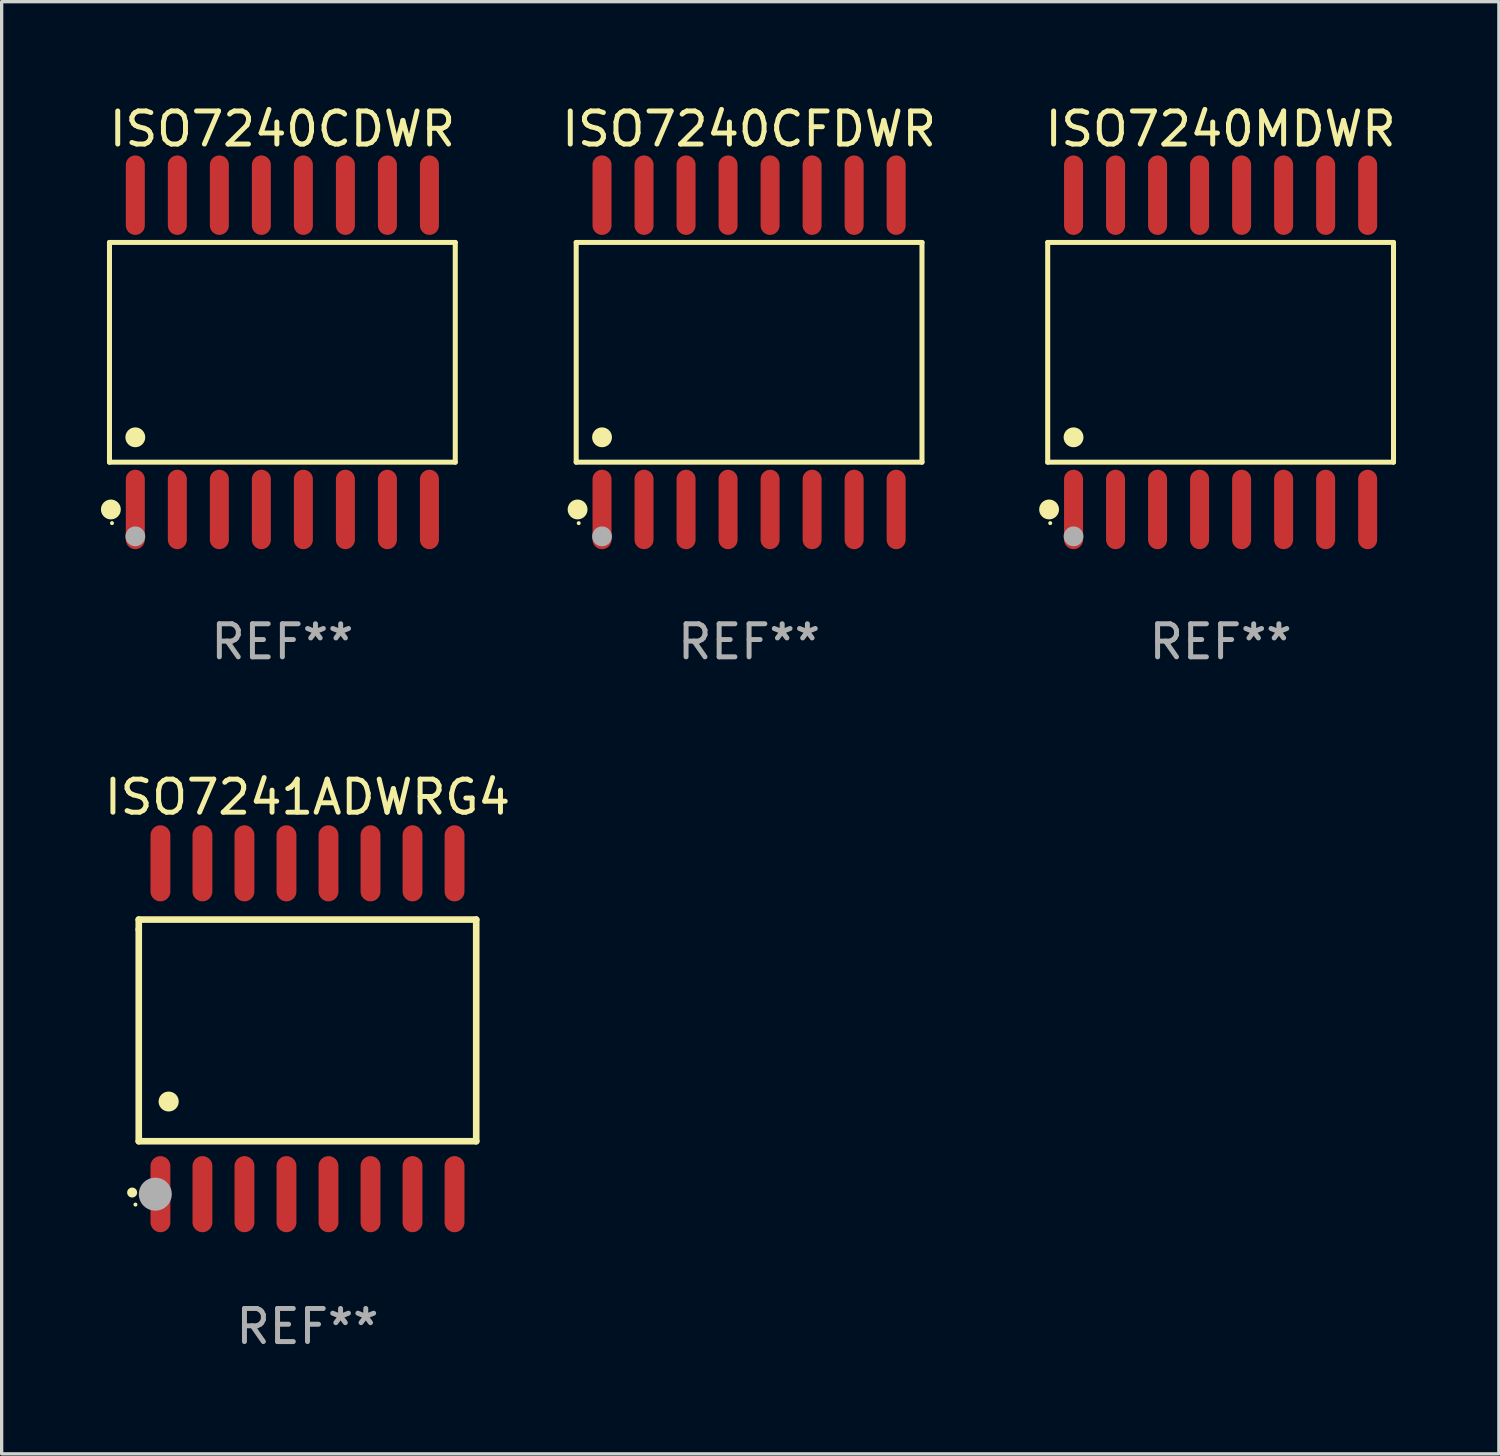
<source format=kicad_pcb>
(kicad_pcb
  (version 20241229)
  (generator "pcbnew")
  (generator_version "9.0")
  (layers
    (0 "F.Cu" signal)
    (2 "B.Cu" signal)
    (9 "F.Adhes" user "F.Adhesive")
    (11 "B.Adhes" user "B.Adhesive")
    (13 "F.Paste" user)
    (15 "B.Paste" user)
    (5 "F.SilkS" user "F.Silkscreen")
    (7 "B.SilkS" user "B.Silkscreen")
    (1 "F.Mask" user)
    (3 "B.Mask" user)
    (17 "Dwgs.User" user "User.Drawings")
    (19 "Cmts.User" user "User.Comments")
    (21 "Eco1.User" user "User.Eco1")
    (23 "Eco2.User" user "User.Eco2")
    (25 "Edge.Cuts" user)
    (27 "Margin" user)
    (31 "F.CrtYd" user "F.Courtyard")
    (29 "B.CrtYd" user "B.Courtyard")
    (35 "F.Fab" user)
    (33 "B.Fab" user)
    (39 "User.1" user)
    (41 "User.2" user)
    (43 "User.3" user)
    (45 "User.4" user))
  (footprint "ISO7241ADWRG4"
    (layer "F.Cu")
    (at 6.244 28.045)
    (property "Reference" "ISO7241ADWRG4" (at 0 -7 0) (layer "F.SilkS") (effects (font (size 1 1) (thickness 0.15))))
    (attr through_hole)
    (fp_line (start -5.1 -3.3) (end -5.1 -3) (stroke (width 0.2) (type solid)) (layer "F.SilkS"))
    (fp_line (start -5.1 -3) (end -5.1 3.4) (stroke (width 0.2) (type solid)) (layer "F.SilkS"))
    (fp_line (start -5.1 3.4) (end 5.1 3.4) (stroke (width 0.2) (type solid)) (layer "F.SilkS"))
    (fp_line (start 5.1 -3.3) (end -5.1 -3.3) (stroke (width 0.2) (type solid)) (layer "F.SilkS"))
    (fp_line (start 5.1 3.4) (end 5.1 -3.3) (stroke (width 0.2) (type solid)) (layer "F.SilkS"))
    (fp_arc (start -5.300991 4.950495) (mid -5.299721 4.95049) (end -5.298451 4.950495) (stroke (width 0.3) (type solid)) (layer "F.SilkS"))
    (fp_arc (start -4.2 2.200025) (mid -4.19619 2.200001) (end -4.19238 2.200025) (stroke (width 0.6) (type solid)) (layer "F.SilkS"))
    (fp_circle (center -5.2 5.315) (end -5.17 5.315) (stroke (width 0.06) (type solid)) (fill no) (layer "F.SilkS"))
    (fp_circle (center -4.6 5) (end -4.35 5) (stroke (width 0.5) (type solid)) (fill no) (layer "F.Fab"))
    (fp_text user "REF**" (at 0 9 0) (layer "F.Fab") (effects (font (size 1 1) (thickness 0.15))))
    (pad "1" smd oval (at -4.445 5 180) (size 0.6 2.3) (layers "F.Cu" "F.Mask" "F.Paste"))
    (pad "2" smd oval (at -3.175 5 180) (size 0.6 2.3) (layers "F.Cu" "F.Mask" "F.Paste"))
    (pad "3" smd oval (at -1.905 5 180) (size 0.6 2.3) (layers "F.Cu" "F.Mask" "F.Paste"))
    (pad "4" smd oval (at -0.635 5 180) (size 0.6 2.3) (layers "F.Cu" "F.Mask" "F.Paste"))
    (pad "5" smd oval (at 0.635 5 180) (size 0.6 2.3) (layers "F.Cu" "F.Mask" "F.Paste"))
    (pad "6" smd oval (at 1.905 5 180) (size 0.6 2.3) (layers "F.Cu" "F.Mask" "F.Paste"))
    (pad "7" smd oval (at 3.175 5 180) (size 0.6 2.3) (layers "F.Cu" "F.Mask" "F.Paste"))
    (pad "8" smd oval (at 4.445 5 180) (size 0.6 2.3) (layers "F.Cu" "F.Mask" "F.Paste"))
    (pad "9" smd oval (at 4.445 -5 180) (size 0.6 2.3) (layers "F.Cu" "F.Mask" "F.Paste"))
    (pad "10" smd oval (at 3.175 -5 180) (size 0.6 2.3) (layers "F.Cu" "F.Mask" "F.Paste"))
    (pad "11" smd oval (at 1.905 -5 180) (size 0.6 2.3) (layers "F.Cu" "F.Mask" "F.Paste"))
    (pad "12" smd oval (at 0.635 -5 180) (size 0.6 2.3) (layers "F.Cu" "F.Mask" "F.Paste"))
    (pad "13" smd oval (at -0.635 -5 180) (size 0.6 2.3) (layers "F.Cu" "F.Mask" "F.Paste"))
    (pad "14" smd oval (at -1.905 -5 180) (size 0.6 2.3) (layers "F.Cu" "F.Mask" "F.Paste"))
    (pad "15" smd oval (at -3.175 -5 180) (size 0.6 2.3) (layers "F.Cu" "F.Mask" "F.Paste"))
    (pad "16" smd oval (at -4.445 -5 180) (size 0.6 2.3) (layers "F.Cu" "F.Mask" "F.Paste")))
  (footprint "ISO7240CFDWR"
    (layer "F.Cu")
    (at 19.592 7.599)
    (property "Reference" "ISO7240CFDWR" (at 0 -6.75 0) (layer "F.SilkS") (effects (font (size 1 1) (thickness 0.15))))
    (attr through_hole)
    (fp_line (start -5.226 -3.321) (end 5.226 -3.321) (stroke (width 0.152) (type solid)) (layer "F.SilkS"))
    (fp_line (start -5.226 3.321) (end -5.226 -3.321) (stroke (width 0.152) (type solid)) (layer "F.SilkS"))
    (fp_line (start 5.226 -3.321) (end 5.226 3.321) (stroke (width 0.152) (type solid)) (layer "F.SilkS"))
    (fp_line (start 5.226 3.321) (end -5.226 3.321) (stroke (width 0.152) (type solid)) (layer "F.SilkS"))
    (fp_circle (center -5.184 4.75) (end -5.034 4.75) (stroke (width 0.3) (type solid)) (fill no) (layer "F.SilkS"))
    (fp_circle (center -5.15 5.163) (end -5.12 5.163) (stroke (width 0.06) (type solid)) (fill no) (layer "F.SilkS"))
    (fp_circle (center -4.445 2.569) (end -4.295 2.569) (stroke (width 0.3) (type solid)) (fill no) (layer "F.SilkS"))
    (fp_circle (center -4.445 5.563) (end -4.295 5.563) (stroke (width 0.3) (type solid)) (fill no) (layer "F.Fab"))
    (fp_text user "REF**" (at 0 8.75 0) (layer "F.Fab") (effects (font (size 1 1) (thickness 0.15))))
    (pad "1" smd oval (at -4.445 4.75) (size 0.574 2.401) (layers "F.Cu" "F.Mask" "F.Paste"))
    (pad "2" smd oval (at -3.175 4.75) (size 0.574 2.401) (layers "F.Cu" "F.Mask" "F.Paste"))
    (pad "3" smd oval (at -1.905 4.75) (size 0.574 2.401) (layers "F.Cu" "F.Mask" "F.Paste"))
    (pad "4" smd oval (at -0.635 4.75) (size 0.574 2.401) (layers "F.Cu" "F.Mask" "F.Paste"))
    (pad "5" smd oval (at 0.635 4.75) (size 0.574 2.401) (layers "F.Cu" "F.Mask" "F.Paste"))
    (pad "6" smd oval (at 1.905 4.75) (size 0.574 2.401) (layers "F.Cu" "F.Mask" "F.Paste"))
    (pad "7" smd oval (at 3.175 4.75) (size 0.574 2.401) (layers "F.Cu" "F.Mask" "F.Paste"))
    (pad "8" smd oval (at 4.445 4.75) (size 0.574 2.401) (layers "F.Cu" "F.Mask" "F.Paste"))
    (pad "9" smd oval (at 4.445 -4.75) (size 0.574 2.401) (layers "F.Cu" "F.Mask" "F.Paste"))
    (pad "10" smd oval (at 3.175 -4.75) (size 0.574 2.401) (layers "F.Cu" "F.Mask" "F.Paste"))
    (pad "11" smd oval (at 1.905 -4.75) (size 0.574 2.401) (layers "F.Cu" "F.Mask" "F.Paste"))
    (pad "12" smd oval (at 0.635 -4.75) (size 0.574 2.401) (layers "F.Cu" "F.Mask" "F.Paste"))
    (pad "13" smd oval (at -0.635 -4.75) (size 0.574 2.401) (layers "F.Cu" "F.Mask" "F.Paste"))
    (pad "14" smd oval (at -1.905 -4.75) (size 0.574 2.401) (layers "F.Cu" "F.Mask" "F.Paste"))
    (pad "15" smd oval (at -3.175 -4.75) (size 0.574 2.401) (layers "F.Cu" "F.Mask" "F.Paste"))
    (pad "16" smd oval (at -4.445 -4.75) (size 0.574 2.401) (layers "F.Cu" "F.Mask" "F.Paste")))
  (footprint "ISO7240MDWR"
    (layer "F.Cu")
    (at 33.844 7.599)
    (property "Reference" "ISO7240MDWR" (at 0 -6.75 0) (layer "F.SilkS") (effects (font (size 1 1) (thickness 0.15))))
    (attr through_hole)
    (fp_line (start -5.226 -3.321) (end 5.226 -3.321) (stroke (width 0.152) (type solid)) (layer "F.SilkS"))
    (fp_line (start -5.226 3.321) (end -5.226 -3.321) (stroke (width 0.152) (type solid)) (layer "F.SilkS"))
    (fp_line (start 5.226 -3.321) (end 5.226 3.321) (stroke (width 0.152) (type solid)) (layer "F.SilkS"))
    (fp_line (start 5.226 3.321) (end -5.226 3.321) (stroke (width 0.152) (type solid)) (layer "F.SilkS"))
    (fp_circle (center -5.184 4.75) (end -5.034 4.75) (stroke (width 0.3) (type solid)) (fill no) (layer "F.SilkS"))
    (fp_circle (center -5.15 5.163) (end -5.12 5.163) (stroke (width 0.06) (type solid)) (fill no) (layer "F.SilkS"))
    (fp_circle (center -4.445 2.569) (end -4.295 2.569) (stroke (width 0.3) (type solid)) (fill no) (layer "F.SilkS"))
    (fp_circle (center -4.445 5.563) (end -4.295 5.563) (stroke (width 0.3) (type solid)) (fill no) (layer "F.Fab"))
    (fp_text user "REF**" (at 0 8.75 0) (layer "F.Fab") (effects (font (size 1 1) (thickness 0.15))))
    (pad "1" smd oval (at -4.445 4.75) (size 0.574 2.401) (layers "F.Cu" "F.Mask" "F.Paste"))
    (pad "2" smd oval (at -3.175 4.75) (size 0.574 2.401) (layers "F.Cu" "F.Mask" "F.Paste"))
    (pad "3" smd oval (at -1.905 4.75) (size 0.574 2.401) (layers "F.Cu" "F.Mask" "F.Paste"))
    (pad "4" smd oval (at -0.635 4.75) (size 0.574 2.401) (layers "F.Cu" "F.Mask" "F.Paste"))
    (pad "5" smd oval (at 0.635 4.75) (size 0.574 2.401) (layers "F.Cu" "F.Mask" "F.Paste"))
    (pad "6" smd oval (at 1.905 4.75) (size 0.574 2.401) (layers "F.Cu" "F.Mask" "F.Paste"))
    (pad "7" smd oval (at 3.175 4.75) (size 0.574 2.401) (layers "F.Cu" "F.Mask" "F.Paste"))
    (pad "8" smd oval (at 4.445 4.75) (size 0.574 2.401) (layers "F.Cu" "F.Mask" "F.Paste"))
    (pad "9" smd oval (at 4.445 -4.75) (size 0.574 2.401) (layers "F.Cu" "F.Mask" "F.Paste"))
    (pad "10" smd oval (at 3.175 -4.75) (size 0.574 2.401) (layers "F.Cu" "F.Mask" "F.Paste"))
    (pad "11" smd oval (at 1.905 -4.75) (size 0.574 2.401) (layers "F.Cu" "F.Mask" "F.Paste"))
    (pad "12" smd oval (at 0.635 -4.75) (size 0.574 2.401) (layers "F.Cu" "F.Mask" "F.Paste"))
    (pad "13" smd oval (at -0.635 -4.75) (size 0.574 2.401) (layers "F.Cu" "F.Mask" "F.Paste"))
    (pad "14" smd oval (at -1.905 -4.75) (size 0.574 2.401) (layers "F.Cu" "F.Mask" "F.Paste"))
    (pad "15" smd oval (at -3.175 -4.75) (size 0.574 2.401) (layers "F.Cu" "F.Mask" "F.Paste"))
    (pad "16" smd oval (at -4.445 -4.75) (size 0.574 2.401) (layers "F.Cu" "F.Mask" "F.Paste")))
  (footprint "ISO7240CDWR"
    (layer "F.Cu")
    (at 5.485 7.599)
    (property "Reference" "ISO7240CDWR" (at 0 -6.75 0) (layer "F.SilkS") (effects (font (size 1 1) (thickness 0.15))))
    (attr through_hole)
    (fp_line (start -5.226 -3.321) (end 5.226 -3.321) (stroke (width 0.152) (type solid)) (layer "F.SilkS"))
    (fp_line (start -5.226 3.321) (end -5.226 -3.321) (stroke (width 0.152) (type solid)) (layer "F.SilkS"))
    (fp_line (start 5.226 -3.321) (end 5.226 3.321) (stroke (width 0.152) (type solid)) (layer "F.SilkS"))
    (fp_line (start 5.226 3.321) (end -5.226 3.321) (stroke (width 0.152) (type solid)) (layer "F.SilkS"))
    (fp_circle (center -5.184 4.75) (end -5.034 4.75) (stroke (width 0.3) (type solid)) (fill no) (layer "F.SilkS"))
    (fp_circle (center -5.15 5.163) (end -5.12 5.163) (stroke (width 0.06) (type solid)) (fill no) (layer "F.SilkS"))
    (fp_circle (center -4.445 2.569) (end -4.295 2.569) (stroke (width 0.3) (type solid)) (fill no) (layer "F.SilkS"))
    (fp_circle (center -4.445 5.563) (end -4.295 5.563) (stroke (width 0.3) (type solid)) (fill no) (layer "F.Fab"))
    (fp_text user "REF**" (at 0 8.75 0) (layer "F.Fab") (effects (font (size 1 1) (thickness 0.15))))
    (pad "1" smd oval (at -4.445 4.75) (size 0.574 2.401) (layers "F.Cu" "F.Mask" "F.Paste"))
    (pad "2" smd oval (at -3.175 4.75) (size 0.574 2.401) (layers "F.Cu" "F.Mask" "F.Paste"))
    (pad "3" smd oval (at -1.905 4.75) (size 0.574 2.401) (layers "F.Cu" "F.Mask" "F.Paste"))
    (pad "4" smd oval (at -0.635 4.75) (size 0.574 2.401) (layers "F.Cu" "F.Mask" "F.Paste"))
    (pad "5" smd oval (at 0.635 4.75) (size 0.574 2.401) (layers "F.Cu" "F.Mask" "F.Paste"))
    (pad "6" smd oval (at 1.905 4.75) (size 0.574 2.401) (layers "F.Cu" "F.Mask" "F.Paste"))
    (pad "7" smd oval (at 3.175 4.75) (size 0.574 2.401) (layers "F.Cu" "F.Mask" "F.Paste"))
    (pad "8" smd oval (at 4.445 4.75) (size 0.574 2.401) (layers "F.Cu" "F.Mask" "F.Paste"))
    (pad "9" smd oval (at 4.445 -4.75) (size 0.574 2.401) (layers "F.Cu" "F.Mask" "F.Paste"))
    (pad "10" smd oval (at 3.175 -4.75) (size 0.574 2.401) (layers "F.Cu" "F.Mask" "F.Paste"))
    (pad "11" smd oval (at 1.905 -4.75) (size 0.574 2.401) (layers "F.Cu" "F.Mask" "F.Paste"))
    (pad "12" smd oval (at 0.635 -4.75) (size 0.574 2.401) (layers "F.Cu" "F.Mask" "F.Paste"))
    (pad "13" smd oval (at -0.635 -4.75) (size 0.574 2.401) (layers "F.Cu" "F.Mask" "F.Paste"))
    (pad "14" smd oval (at -1.905 -4.75) (size 0.574 2.401) (layers "F.Cu" "F.Mask" "F.Paste"))
    (pad "15" smd oval (at -3.175 -4.75) (size 0.574 2.401) (layers "F.Cu" "F.Mask" "F.Paste"))
    (pad "16" smd oval (at -4.445 -4.75) (size 0.574 2.401) (layers "F.Cu" "F.Mask" "F.Paste")))
  (gr_rect
    (start -3 -3)
    (end 42.255 40.894)
    (stroke (width 0.1) (type default))
    (fill no)
    (layer "Edge.Cuts")))
</source>
